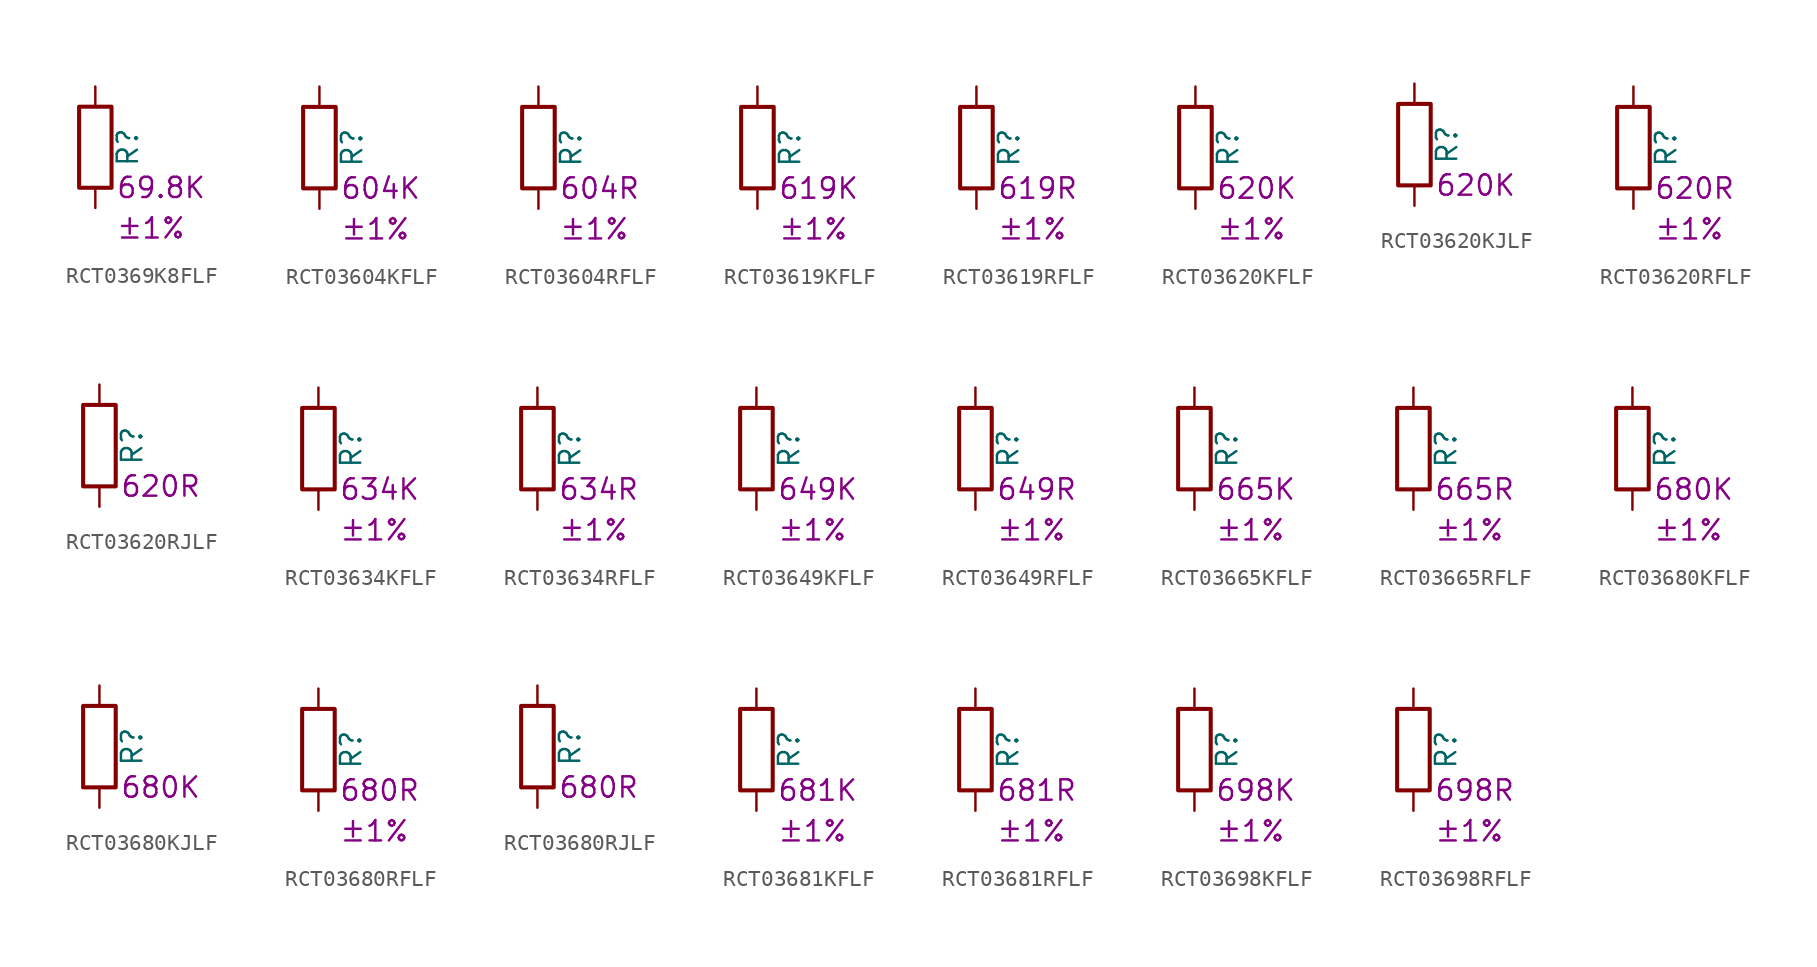
<source format=kicad_sym>
(kicad_symbol_lib
  (version 20220914)
  (generator kicad_symbol_editor)
  (symbol "RCT0369K8FLF"
    (pin_numbers hide)
    (pin_names
      (offset 0))
    (property "Reference" "R"
      (at 2.032 0 90)
      (effects (font (size 1.27 1.27))))
    (property "Resistance" "69.8K"
      (at 1.27 -2.54 0)
      (effects (font (size 1.27 1.27)) (justify left)))
    (property "Tolerance" "±1%"
      (at 1.27 -5.08 0)
      (effects (font (size 1.27 1.27)) (justify left)))
    (symbol "RCT0369K8FLF_0_1"
      (rectangle (start -1.016 -2.54) (end 1.016 2.54) (stroke (width 0.254) (type default)) (fill (type none))))
    (symbol "RCT0369K8FLF_1_1"
      (pin passive line (at 0 3.81 270) (length 1.27) (name "~" (effects (font (size 1.27 1.27)))) (number "1" (effects (font (size 1.27 1.27)))))
      (pin passive line (at 0 -3.81 90) (length 1.27) (name "~" (effects (font (size 1.27 1.27)))) (number "2" (effects (font (size 1.27 1.27)))))))
  (symbol "RCT03604KFLF"
    (pin_numbers hide)
    (pin_names
      (offset 0))
    (property "Reference" "R"
      (at 2.032 0 90)
      (effects (font (size 1.27 1.27))))
    (property "Resistance" "604K"
      (at 1.27 -2.54 0)
      (effects (font (size 1.27 1.27)) (justify left)))
    (property "Tolerance" "±1%"
      (at 1.27 -5.08 0)
      (effects (font (size 1.27 1.27)) (justify left)))
    (symbol "RCT03604KFLF_0_1"
      (rectangle (start -1.016 -2.54) (end 1.016 2.54) (stroke (width 0.254) (type default)) (fill (type none))))
    (symbol "RCT03604KFLF_1_1"
      (pin passive line (at 0 3.81 270) (length 1.27) (name "~" (effects (font (size 1.27 1.27)))) (number "1" (effects (font (size 1.27 1.27)))))
      (pin passive line (at 0 -3.81 90) (length 1.27) (name "~" (effects (font (size 1.27 1.27)))) (number "2" (effects (font (size 1.27 1.27)))))))
  (symbol "RCT03604RFLF"
    (pin_numbers hide)
    (pin_names
      (offset 0))
    (property "Reference" "R"
      (at 2.032 0 90)
      (effects (font (size 1.27 1.27))))
    (property "Resistance" "604R"
      (at 1.27 -2.54 0)
      (effects (font (size 1.27 1.27)) (justify left)))
    (property "Tolerance" "±1%"
      (at 1.27 -5.08 0)
      (effects (font (size 1.27 1.27)) (justify left)))
    (symbol "RCT03604RFLF_0_1"
      (rectangle (start -1.016 -2.54) (end 1.016 2.54) (stroke (width 0.254) (type default)) (fill (type none))))
    (symbol "RCT03604RFLF_1_1"
      (pin passive line (at 0 3.81 270) (length 1.27) (name "~" (effects (font (size 1.27 1.27)))) (number "1" (effects (font (size 1.27 1.27)))))
      (pin passive line (at 0 -3.81 90) (length 1.27) (name "~" (effects (font (size 1.27 1.27)))) (number "2" (effects (font (size 1.27 1.27)))))))
  (symbol "RCT03619KFLF"
    (pin_numbers hide)
    (pin_names
      (offset 0))
    (property "Reference" "R"
      (at 2.032 0 90)
      (effects (font (size 1.27 1.27))))
    (property "Resistance" "619K"
      (at 1.27 -2.54 0)
      (effects (font (size 1.27 1.27)) (justify left)))
    (property "Tolerance" "±1%"
      (at 1.27 -5.08 0)
      (effects (font (size 1.27 1.27)) (justify left)))
    (symbol "RCT03619KFLF_0_1"
      (rectangle (start -1.016 -2.54) (end 1.016 2.54) (stroke (width 0.254) (type default)) (fill (type none))))
    (symbol "RCT03619KFLF_1_1"
      (pin passive line (at 0 3.81 270) (length 1.27) (name "~" (effects (font (size 1.27 1.27)))) (number "1" (effects (font (size 1.27 1.27)))))
      (pin passive line (at 0 -3.81 90) (length 1.27) (name "~" (effects (font (size 1.27 1.27)))) (number "2" (effects (font (size 1.27 1.27)))))))
  (symbol "RCT03619RFLF"
    (pin_numbers hide)
    (pin_names
      (offset 0))
    (property "Reference" "R"
      (at 2.032 0 90)
      (effects (font (size 1.27 1.27))))
    (property "Resistance" "619R"
      (at 1.27 -2.54 0)
      (effects (font (size 1.27 1.27)) (justify left)))
    (property "Tolerance" "±1%"
      (at 1.27 -5.08 0)
      (effects (font (size 1.27 1.27)) (justify left)))
    (symbol "RCT03619RFLF_0_1"
      (rectangle (start -1.016 -2.54) (end 1.016 2.54) (stroke (width 0.254) (type default)) (fill (type none))))
    (symbol "RCT03619RFLF_1_1"
      (pin passive line (at 0 3.81 270) (length 1.27) (name "~" (effects (font (size 1.27 1.27)))) (number "1" (effects (font (size 1.27 1.27)))))
      (pin passive line (at 0 -3.81 90) (length 1.27) (name "~" (effects (font (size 1.27 1.27)))) (number "2" (effects (font (size 1.27 1.27)))))))
  (symbol "RCT03620KFLF"
    (pin_numbers hide)
    (pin_names
      (offset 0))
    (property "Reference" "R"
      (at 2.032 0 90)
      (effects (font (size 1.27 1.27))))
    (property "Resistance" "620K"
      (at 1.27 -2.54 0)
      (effects (font (size 1.27 1.27)) (justify left)))
    (property "Tolerance" "±1%"
      (at 1.27 -5.08 0)
      (effects (font (size 1.27 1.27)) (justify left)))
    (symbol "RCT03620KFLF_0_1"
      (rectangle (start -1.016 -2.54) (end 1.016 2.54) (stroke (width 0.254) (type default)) (fill (type none))))
    (symbol "RCT03620KFLF_1_1"
      (pin passive line (at 0 3.81 270) (length 1.27) (name "~" (effects (font (size 1.27 1.27)))) (number "1" (effects (font (size 1.27 1.27)))))
      (pin passive line (at 0 -3.81 90) (length 1.27) (name "~" (effects (font (size 1.27 1.27)))) (number "2" (effects (font (size 1.27 1.27)))))))
  (symbol "RCT03620KJLF"
    (pin_numbers hide)
    (pin_names
      (offset 0))
    (property "Reference" "R"
      (at 2.032 0 90)
      (effects (font (size 1.27 1.27))))
    (property "Resistance" "620K"
      (at 1.27 -2.54 0)
      (effects (font (size 1.27 1.27)) (justify left)))
    (symbol "RCT03620KJLF_0_1"
      (rectangle (start -1.016 -2.54) (end 1.016 2.54) (stroke (width 0.254) (type default)) (fill (type none))))
    (symbol "RCT03620KJLF_1_1"
      (pin passive line (at 0 3.81 270) (length 1.27) (name "~" (effects (font (size 1.27 1.27)))) (number "1" (effects (font (size 1.27 1.27)))))
      (pin passive line (at 0 -3.81 90) (length 1.27) (name "~" (effects (font (size 1.27 1.27)))) (number "2" (effects (font (size 1.27 1.27)))))))
  (symbol "RCT03620RFLF"
    (pin_numbers hide)
    (pin_names
      (offset 0))
    (property "Reference" "R"
      (at 2.032 0 90)
      (effects (font (size 1.27 1.27))))
    (property "Resistance" "620R"
      (at 1.27 -2.54 0)
      (effects (font (size 1.27 1.27)) (justify left)))
    (property "Tolerance" "±1%"
      (at 1.27 -5.08 0)
      (effects (font (size 1.27 1.27)) (justify left)))
    (symbol "RCT03620RFLF_0_1"
      (rectangle (start -1.016 -2.54) (end 1.016 2.54) (stroke (width 0.254) (type default)) (fill (type none))))
    (symbol "RCT03620RFLF_1_1"
      (pin passive line (at 0 3.81 270) (length 1.27) (name "~" (effects (font (size 1.27 1.27)))) (number "1" (effects (font (size 1.27 1.27)))))
      (pin passive line (at 0 -3.81 90) (length 1.27) (name "~" (effects (font (size 1.27 1.27)))) (number "2" (effects (font (size 1.27 1.27)))))))
  (symbol "RCT03620RJLF"
    (pin_numbers hide)
    (pin_names
      (offset 0))
    (property "Reference" "R"
      (at 2.032 0 90)
      (effects (font (size 1.27 1.27))))
    (property "Resistance" "620R"
      (at 1.27 -2.54 0)
      (effects (font (size 1.27 1.27)) (justify left)))
    (symbol "RCT03620RJLF_0_1"
      (rectangle (start -1.016 -2.54) (end 1.016 2.54) (stroke (width 0.254) (type default)) (fill (type none))))
    (symbol "RCT03620RJLF_1_1"
      (pin passive line (at 0 3.81 270) (length 1.27) (name "~" (effects (font (size 1.27 1.27)))) (number "1" (effects (font (size 1.27 1.27)))))
      (pin passive line (at 0 -3.81 90) (length 1.27) (name "~" (effects (font (size 1.27 1.27)))) (number "2" (effects (font (size 1.27 1.27)))))))
  (symbol "RCT03634KFLF"
    (pin_numbers hide)
    (pin_names
      (offset 0))
    (property "Reference" "R"
      (at 2.032 0 90)
      (effects (font (size 1.27 1.27))))
    (property "Resistance" "634K"
      (at 1.27 -2.54 0)
      (effects (font (size 1.27 1.27)) (justify left)))
    (property "Tolerance" "±1%"
      (at 1.27 -5.08 0)
      (effects (font (size 1.27 1.27)) (justify left)))
    (symbol "RCT03634KFLF_0_1"
      (rectangle (start -1.016 -2.54) (end 1.016 2.54) (stroke (width 0.254) (type default)) (fill (type none))))
    (symbol "RCT03634KFLF_1_1"
      (pin passive line (at 0 3.81 270) (length 1.27) (name "~" (effects (font (size 1.27 1.27)))) (number "1" (effects (font (size 1.27 1.27)))))
      (pin passive line (at 0 -3.81 90) (length 1.27) (name "~" (effects (font (size 1.27 1.27)))) (number "2" (effects (font (size 1.27 1.27)))))))
  (symbol "RCT03634RFLF"
    (pin_numbers hide)
    (pin_names
      (offset 0))
    (property "Reference" "R"
      (at 2.032 0 90)
      (effects (font (size 1.27 1.27))))
    (property "Resistance" "634R"
      (at 1.27 -2.54 0)
      (effects (font (size 1.27 1.27)) (justify left)))
    (property "Tolerance" "±1%"
      (at 1.27 -5.08 0)
      (effects (font (size 1.27 1.27)) (justify left)))
    (symbol "RCT03634RFLF_0_1"
      (rectangle (start -1.016 -2.54) (end 1.016 2.54) (stroke (width 0.254) (type default)) (fill (type none))))
    (symbol "RCT03634RFLF_1_1"
      (pin passive line (at 0 3.81 270) (length 1.27) (name "~" (effects (font (size 1.27 1.27)))) (number "1" (effects (font (size 1.27 1.27)))))
      (pin passive line (at 0 -3.81 90) (length 1.27) (name "~" (effects (font (size 1.27 1.27)))) (number "2" (effects (font (size 1.27 1.27)))))))
  (symbol "RCT03649KFLF"
    (pin_numbers hide)
    (pin_names
      (offset 0))
    (property "Reference" "R"
      (at 2.032 0 90)
      (effects (font (size 1.27 1.27))))
    (property "Resistance" "649K"
      (at 1.27 -2.54 0)
      (effects (font (size 1.27 1.27)) (justify left)))
    (property "Tolerance" "±1%"
      (at 1.27 -5.08 0)
      (effects (font (size 1.27 1.27)) (justify left)))
    (symbol "RCT03649KFLF_0_1"
      (rectangle (start -1.016 -2.54) (end 1.016 2.54) (stroke (width 0.254) (type default)) (fill (type none))))
    (symbol "RCT03649KFLF_1_1"
      (pin passive line (at 0 3.81 270) (length 1.27) (name "~" (effects (font (size 1.27 1.27)))) (number "1" (effects (font (size 1.27 1.27)))))
      (pin passive line (at 0 -3.81 90) (length 1.27) (name "~" (effects (font (size 1.27 1.27)))) (number "2" (effects (font (size 1.27 1.27)))))))
  (symbol "RCT03649RFLF"
    (pin_numbers hide)
    (pin_names
      (offset 0))
    (property "Reference" "R"
      (at 2.032 0 90)
      (effects (font (size 1.27 1.27))))
    (property "Resistance" "649R"
      (at 1.27 -2.54 0)
      (effects (font (size 1.27 1.27)) (justify left)))
    (property "Tolerance" "±1%"
      (at 1.27 -5.08 0)
      (effects (font (size 1.27 1.27)) (justify left)))
    (symbol "RCT03649RFLF_0_1"
      (rectangle (start -1.016 -2.54) (end 1.016 2.54) (stroke (width 0.254) (type default)) (fill (type none))))
    (symbol "RCT03649RFLF_1_1"
      (pin passive line (at 0 3.81 270) (length 1.27) (name "~" (effects (font (size 1.27 1.27)))) (number "1" (effects (font (size 1.27 1.27)))))
      (pin passive line (at 0 -3.81 90) (length 1.27) (name "~" (effects (font (size 1.27 1.27)))) (number "2" (effects (font (size 1.27 1.27)))))))
  (symbol "RCT03665KFLF"
    (pin_numbers hide)
    (pin_names
      (offset 0))
    (property "Reference" "R"
      (at 2.032 0 90)
      (effects (font (size 1.27 1.27))))
    (property "Resistance" "665K"
      (at 1.27 -2.54 0)
      (effects (font (size 1.27 1.27)) (justify left)))
    (property "Tolerance" "±1%"
      (at 1.27 -5.08 0)
      (effects (font (size 1.27 1.27)) (justify left)))
    (symbol "RCT03665KFLF_0_1"
      (rectangle (start -1.016 -2.54) (end 1.016 2.54) (stroke (width 0.254) (type default)) (fill (type none))))
    (symbol "RCT03665KFLF_1_1"
      (pin passive line (at 0 3.81 270) (length 1.27) (name "~" (effects (font (size 1.27 1.27)))) (number "1" (effects (font (size 1.27 1.27)))))
      (pin passive line (at 0 -3.81 90) (length 1.27) (name "~" (effects (font (size 1.27 1.27)))) (number "2" (effects (font (size 1.27 1.27)))))))
  (symbol "RCT03665RFLF"
    (pin_numbers hide)
    (pin_names
      (offset 0))
    (property "Reference" "R"
      (at 2.032 0 90)
      (effects (font (size 1.27 1.27))))
    (property "Resistance" "665R"
      (at 1.27 -2.54 0)
      (effects (font (size 1.27 1.27)) (justify left)))
    (property "Tolerance" "±1%"
      (at 1.27 -5.08 0)
      (effects (font (size 1.27 1.27)) (justify left)))
    (symbol "RCT03665RFLF_0_1"
      (rectangle (start -1.016 -2.54) (end 1.016 2.54) (stroke (width 0.254) (type default)) (fill (type none))))
    (symbol "RCT03665RFLF_1_1"
      (pin passive line (at 0 3.81 270) (length 1.27) (name "~" (effects (font (size 1.27 1.27)))) (number "1" (effects (font (size 1.27 1.27)))))
      (pin passive line (at 0 -3.81 90) (length 1.27) (name "~" (effects (font (size 1.27 1.27)))) (number "2" (effects (font (size 1.27 1.27)))))))
  (symbol "RCT03680KFLF"
    (pin_numbers hide)
    (pin_names
      (offset 0))
    (property "Reference" "R"
      (at 2.032 0 90)
      (effects (font (size 1.27 1.27))))
    (property "Resistance" "680K"
      (at 1.27 -2.54 0)
      (effects (font (size 1.27 1.27)) (justify left)))
    (property "Tolerance" "±1%"
      (at 1.27 -5.08 0)
      (effects (font (size 1.27 1.27)) (justify left)))
    (symbol "RCT03680KFLF_0_1"
      (rectangle (start -1.016 -2.54) (end 1.016 2.54) (stroke (width 0.254) (type default)) (fill (type none))))
    (symbol "RCT03680KFLF_1_1"
      (pin passive line (at 0 3.81 270) (length 1.27) (name "~" (effects (font (size 1.27 1.27)))) (number "1" (effects (font (size 1.27 1.27)))))
      (pin passive line (at 0 -3.81 90) (length 1.27) (name "~" (effects (font (size 1.27 1.27)))) (number "2" (effects (font (size 1.27 1.27)))))))
  (symbol "RCT03680KJLF"
    (pin_numbers hide)
    (pin_names
      (offset 0))
    (property "Reference" "R"
      (at 2.032 0 90)
      (effects (font (size 1.27 1.27))))
    (property "Resistance" "680K"
      (at 1.27 -2.54 0)
      (effects (font (size 1.27 1.27)) (justify left)))
    (symbol "RCT03680KJLF_0_1"
      (rectangle (start -1.016 -2.54) (end 1.016 2.54) (stroke (width 0.254) (type default)) (fill (type none))))
    (symbol "RCT03680KJLF_1_1"
      (pin passive line (at 0 3.81 270) (length 1.27) (name "~" (effects (font (size 1.27 1.27)))) (number "1" (effects (font (size 1.27 1.27)))))
      (pin passive line (at 0 -3.81 90) (length 1.27) (name "~" (effects (font (size 1.27 1.27)))) (number "2" (effects (font (size 1.27 1.27)))))))
  (symbol "RCT03680RFLF"
    (pin_numbers hide)
    (pin_names
      (offset 0))
    (property "Reference" "R"
      (at 2.032 0 90)
      (effects (font (size 1.27 1.27))))
    (property "Resistance" "680R"
      (at 1.27 -2.54 0)
      (effects (font (size 1.27 1.27)) (justify left)))
    (property "Tolerance" "±1%"
      (at 1.27 -5.08 0)
      (effects (font (size 1.27 1.27)) (justify left)))
    (symbol "RCT03680RFLF_0_1"
      (rectangle (start -1.016 -2.54) (end 1.016 2.54) (stroke (width 0.254) (type default)) (fill (type none))))
    (symbol "RCT03680RFLF_1_1"
      (pin passive line (at 0 3.81 270) (length 1.27) (name "~" (effects (font (size 1.27 1.27)))) (number "1" (effects (font (size 1.27 1.27)))))
      (pin passive line (at 0 -3.81 90) (length 1.27) (name "~" (effects (font (size 1.27 1.27)))) (number "2" (effects (font (size 1.27 1.27)))))))
  (symbol "RCT03680RJLF"
    (pin_numbers hide)
    (pin_names
      (offset 0))
    (property "Reference" "R"
      (at 2.032 0 90)
      (effects (font (size 1.27 1.27))))
    (property "Resistance" "680R"
      (at 1.27 -2.54 0)
      (effects (font (size 1.27 1.27)) (justify left)))
    (symbol "RCT03680RJLF_0_1"
      (rectangle (start -1.016 -2.54) (end 1.016 2.54) (stroke (width 0.254) (type default)) (fill (type none))))
    (symbol "RCT03680RJLF_1_1"
      (pin passive line (at 0 3.81 270) (length 1.27) (name "~" (effects (font (size 1.27 1.27)))) (number "1" (effects (font (size 1.27 1.27)))))
      (pin passive line (at 0 -3.81 90) (length 1.27) (name "~" (effects (font (size 1.27 1.27)))) (number "2" (effects (font (size 1.27 1.27)))))))
  (symbol "RCT03681KFLF"
    (pin_numbers hide)
    (pin_names
      (offset 0))
    (property "Reference" "R"
      (at 2.032 0 90)
      (effects (font (size 1.27 1.27))))
    (property "Resistance" "681K"
      (at 1.27 -2.54 0)
      (effects (font (size 1.27 1.27)) (justify left)))
    (property "Tolerance" "±1%"
      (at 1.27 -5.08 0)
      (effects (font (size 1.27 1.27)) (justify left)))
    (symbol "RCT03681KFLF_0_1"
      (rectangle (start -1.016 -2.54) (end 1.016 2.54) (stroke (width 0.254) (type default)) (fill (type none))))
    (symbol "RCT03681KFLF_1_1"
      (pin passive line (at 0 3.81 270) (length 1.27) (name "~" (effects (font (size 1.27 1.27)))) (number "1" (effects (font (size 1.27 1.27)))))
      (pin passive line (at 0 -3.81 90) (length 1.27) (name "~" (effects (font (size 1.27 1.27)))) (number "2" (effects (font (size 1.27 1.27)))))))
  (symbol "RCT03681RFLF"
    (pin_numbers hide)
    (pin_names
      (offset 0))
    (property "Reference" "R"
      (at 2.032 0 90)
      (effects (font (size 1.27 1.27))))
    (property "Resistance" "681R"
      (at 1.27 -2.54 0)
      (effects (font (size 1.27 1.27)) (justify left)))
    (property "Tolerance" "±1%"
      (at 1.27 -5.08 0)
      (effects (font (size 1.27 1.27)) (justify left)))
    (symbol "RCT03681RFLF_0_1"
      (rectangle (start -1.016 -2.54) (end 1.016 2.54) (stroke (width 0.254) (type default)) (fill (type none))))
    (symbol "RCT03681RFLF_1_1"
      (pin passive line (at 0 3.81 270) (length 1.27) (name "~" (effects (font (size 1.27 1.27)))) (number "1" (effects (font (size 1.27 1.27)))))
      (pin passive line (at 0 -3.81 90) (length 1.27) (name "~" (effects (font (size 1.27 1.27)))) (number "2" (effects (font (size 1.27 1.27)))))))
  (symbol "RCT03698KFLF"
    (pin_numbers hide)
    (pin_names
      (offset 0))
    (property "Reference" "R"
      (at 2.032 0 90)
      (effects (font (size 1.27 1.27))))
    (property "Resistance" "698K"
      (at 1.27 -2.54 0)
      (effects (font (size 1.27 1.27)) (justify left)))
    (property "Tolerance" "±1%"
      (at 1.27 -5.08 0)
      (effects (font (size 1.27 1.27)) (justify left)))
    (symbol "RCT03698KFLF_0_1"
      (rectangle (start -1.016 -2.54) (end 1.016 2.54) (stroke (width 0.254) (type default)) (fill (type none))))
    (symbol "RCT03698KFLF_1_1"
      (pin passive line (at 0 3.81 270) (length 1.27) (name "~" (effects (font (size 1.27 1.27)))) (number "1" (effects (font (size 1.27 1.27)))))
      (pin passive line (at 0 -3.81 90) (length 1.27) (name "~" (effects (font (size 1.27 1.27)))) (number "2" (effects (font (size 1.27 1.27)))))))
  (symbol "RCT03698RFLF"
    (pin_numbers hide)
    (pin_names
      (offset 0))
    (property "Reference" "R"
      (at 2.032 0 90)
      (effects (font (size 1.27 1.27))))
    (property "Resistance" "698R"
      (at 1.27 -2.54 0)
      (effects (font (size 1.27 1.27)) (justify left)))
    (property "Tolerance" "±1%"
      (at 1.27 -5.08 0)
      (effects (font (size 1.27 1.27)) (justify left)))
    (symbol "RCT03698RFLF_0_1"
      (rectangle (start -1.016 -2.54) (end 1.016 2.54) (stroke (width 0.254) (type default)) (fill (type none))))
    (symbol "RCT03698RFLF_1_1"
      (pin passive line (at 0 3.81 270) (length 1.27) (name "~" (effects (font (size 1.27 1.27)))) (number "1" (effects (font (size 1.27 1.27)))))
      (pin passive line (at 0 -3.81 90) (length 1.27) (name "~" (effects (font (size 1.27 1.27)))) (number "2" (effects (font (size 1.27 1.27))))))))
</source>
